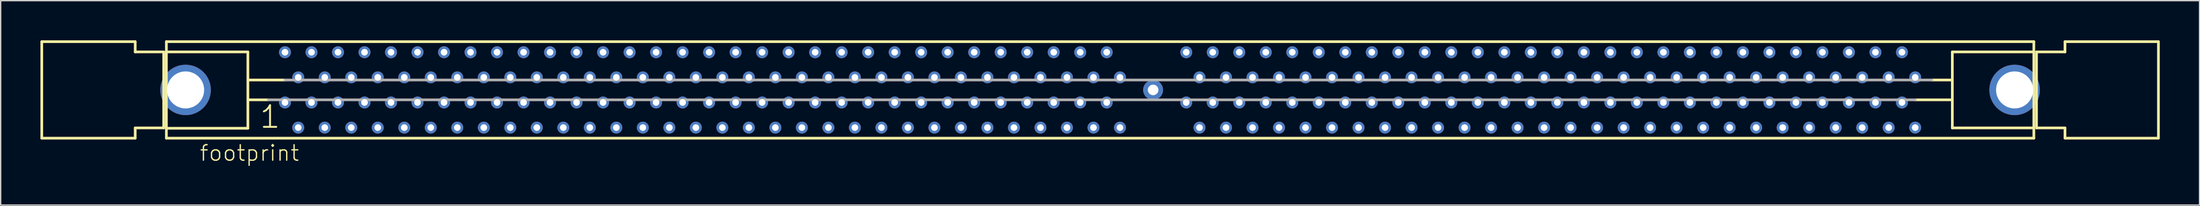
<source format=kicad_pcb>
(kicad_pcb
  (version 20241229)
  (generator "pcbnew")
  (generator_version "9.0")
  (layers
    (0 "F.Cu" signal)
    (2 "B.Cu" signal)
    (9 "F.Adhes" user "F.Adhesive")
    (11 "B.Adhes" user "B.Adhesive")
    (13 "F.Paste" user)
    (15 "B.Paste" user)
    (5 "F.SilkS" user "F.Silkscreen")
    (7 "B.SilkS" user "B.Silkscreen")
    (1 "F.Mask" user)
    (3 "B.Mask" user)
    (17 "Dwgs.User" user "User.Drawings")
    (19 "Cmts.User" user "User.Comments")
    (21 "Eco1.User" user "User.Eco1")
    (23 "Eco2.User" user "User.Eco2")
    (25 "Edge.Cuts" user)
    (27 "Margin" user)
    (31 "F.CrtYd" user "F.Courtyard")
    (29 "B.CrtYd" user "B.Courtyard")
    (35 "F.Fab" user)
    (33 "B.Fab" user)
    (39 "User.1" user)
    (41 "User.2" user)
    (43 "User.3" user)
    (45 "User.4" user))
  (footprint "footprint"
    (layer "F.Cu")
    (at 83.952 3.752)
    (property "Reference" "footprint" (at -72 5.46 0) (layer "F.SilkS") (effects (font (size 1.168 1.168) (thickness 0.102)) (justify left bottom)))
    (fp_line (start -83.85 -3.65) (end -76.8 -3.65) (stroke (width 0.203) (type solid)) (layer "F.SilkS"))
    (fp_line (start -83.85 3.65) (end -83.85 -3.65) (stroke (width 0.203) (type solid)) (layer "F.SilkS"))
    (fp_line (start -76.8 -3.65) (end -76.8 -2.875) (stroke (width 0.203) (type solid)) (layer "F.SilkS"))
    (fp_line (start -76.8 -2.875) (end -74.65 -2.875) (stroke (width 0.203) (type solid)) (layer "F.SilkS"))
    (fp_line (start -76.8 2.875) (end -76.8 3.65) (stroke (width 0.203) (type solid)) (layer "F.SilkS"))
    (fp_line (start -76.8 3.65) (end -83.85 3.65) (stroke (width 0.203) (type solid)) (layer "F.SilkS"))
    (fp_line (start -74.65 -2.875) (end -74.65 2.875) (stroke (width 0.203) (type solid)) (layer "F.SilkS"))
    (fp_line (start -74.65 2.875) (end -76.8 2.875) (stroke (width 0.203) (type solid)) (layer "F.SilkS"))
    (fp_line (start -74.45 -3.65) (end 66.45 -3.65) (stroke (width 0.203) (type solid)) (layer "F.SilkS"))
    (fp_line (start -74.45 3.65) (end -74.45 -3.65) (stroke (width 0.203) (type solid)) (layer "F.SilkS"))
    (fp_line (start -74.325 -2.875) (end -68.3 -2.875) (stroke (width 0.203) (type solid)) (layer "F.SilkS"))
    (fp_line (start -68.3 -2.875) (end -68.3 2.9) (stroke (width 0.203) (type solid)) (layer "F.SilkS"))
    (fp_line (start -68.3 2.9) (end -74.35 2.9) (stroke (width 0.203) (type solid)) (layer "F.SilkS"))
    (fp_line (start -68.25 -0.75) (end -65.5 -0.75) (stroke (width 0.203) (type solid)) (layer "F.SilkS"))
    (fp_line (start -66.75 0.75) (end -68.25 0.75) (stroke (width 0.203) (type solid)) (layer "F.SilkS"))
    (fp_line (start 58.75 -0.75) (end 60.25 -0.75) (stroke (width 0.203) (type solid)) (layer "F.SilkS"))
    (fp_line (start 60.25 0.75) (end 57.5 0.75) (stroke (width 0.203) (type solid)) (layer "F.SilkS"))
    (fp_line (start 60.3 -2.875) (end 60.3 2.875) (stroke (width 0.203) (type solid)) (layer "F.SilkS"))
    (fp_line (start 60.3 2.875) (end 66.35 2.875) (stroke (width 0.203) (type solid)) (layer "F.SilkS"))
    (fp_line (start 66.35 -2.875) (end 60.3 -2.875) (stroke (width 0.203) (type solid)) (layer "F.SilkS"))
    (fp_line (start 66.45 -3.65) (end 66.45 3.65) (stroke (width 0.203) (type solid)) (layer "F.SilkS"))
    (fp_line (start 66.45 3.65) (end -74.45 3.65) (stroke (width 0.203) (type solid)) (layer "F.SilkS"))
    (fp_line (start 66.65 -2.875) (end 68.8 -2.875) (stroke (width 0.203) (type solid)) (layer "F.SilkS"))
    (fp_line (start 66.65 2.875) (end 66.65 -2.875) (stroke (width 0.203) (type solid)) (layer "F.SilkS"))
    (fp_line (start 68.8 -3.65) (end 75.85 -3.65) (stroke (width 0.203) (type solid)) (layer "F.SilkS"))
    (fp_line (start 68.8 -2.875) (end 68.8 -3.65) (stroke (width 0.203) (type solid)) (layer "F.SilkS"))
    (fp_line (start 68.8 2.875) (end 66.65 2.875) (stroke (width 0.203) (type solid)) (layer "F.SilkS"))
    (fp_line (start 68.8 3.65) (end 68.8 2.875) (stroke (width 0.203) (type solid)) (layer "F.SilkS"))
    (fp_line (start 75.85 -3.65) (end 75.85 3.65) (stroke (width 0.203) (type solid)) (layer "F.SilkS"))
    (fp_line (start 75.85 3.65) (end 68.8 3.65) (stroke (width 0.203) (type solid)) (layer "F.SilkS"))
    (fp_line (start -65.5 -0.75) (end 58.75 -0.75) (stroke (width 0.203) (type solid)) (layer "F.Fab"))
    (fp_line (start 57.5 0.75) (end -66.75 0.75) (stroke (width 0.203) (type solid)) (layer "F.Fab"))
    (fp_text user "1" (at -67.5 3 0) (layer "F.SilkS") (effects (font (size 1.636 1.636) (thickness 0.142)) (justify left bottom)))
    (pad "1" thru_hole circle (at -64.5 2.85) (size 0.9 0.9) (drill 0.5) (layers "*.Cu" "*.Mask"))
    (pad "2" thru_hole circle (at -65.5 0.95) (size 0.9 0.9) (drill 0.5) (layers "*.Cu" "*.Mask"))
    (pad "3" thru_hole circle (at -62.5 2.85) (size 0.9 0.9) (drill 0.5) (layers "*.Cu" "*.Mask"))
    (pad "4" thru_hole circle (at -63.5 0.95) (size 0.9 0.9) (drill 0.5) (layers "*.Cu" "*.Mask"))
    (pad "5" thru_hole circle (at -60.5 2.85) (size 0.9 0.9) (drill 0.5) (layers "*.Cu" "*.Mask"))
    (pad "6" thru_hole circle (at -61.5 0.95) (size 0.9 0.9) (drill 0.5) (layers "*.Cu" "*.Mask"))
    (pad "7" thru_hole circle (at -58.5 2.85) (size 0.9 0.9) (drill 0.5) (layers "*.Cu" "*.Mask"))
    (pad "8" thru_hole circle (at -59.5 0.95) (size 0.9 0.9) (drill 0.5) (layers "*.Cu" "*.Mask"))
    (pad "9" thru_hole circle (at -56.5 2.85) (size 0.9 0.9) (drill 0.5) (layers "*.Cu" "*.Mask"))
    (pad "10" thru_hole circle (at -57.5 0.95) (size 0.9 0.9) (drill 0.5) (layers "*.Cu" "*.Mask"))
    (pad "11" thru_hole circle (at -54.5 2.85) (size 0.9 0.9) (drill 0.5) (layers "*.Cu" "*.Mask"))
    (pad "12" thru_hole circle (at -55.5 0.95) (size 0.9 0.9) (drill 0.5) (layers "*.Cu" "*.Mask"))
    (pad "13" thru_hole circle (at -52.5 2.85) (size 0.9 0.9) (drill 0.5) (layers "*.Cu" "*.Mask"))
    (pad "14" thru_hole circle (at -53.5 0.95) (size 0.9 0.9) (drill 0.5) (layers "*.Cu" "*.Mask"))
    (pad "15" thru_hole circle (at -50.5 2.85) (size 0.9 0.9) (drill 0.5) (layers "*.Cu" "*.Mask"))
    (pad "16" thru_hole circle (at -51.5 0.95) (size 0.9 0.9) (drill 0.5) (layers "*.Cu" "*.Mask"))
    (pad "17" thru_hole circle (at -48.5 2.85) (size 0.9 0.9) (drill 0.5) (layers "*.Cu" "*.Mask"))
    (pad "18" thru_hole circle (at -49.5 0.95) (size 0.9 0.9) (drill 0.5) (layers "*.Cu" "*.Mask"))
    (pad "19" thru_hole circle (at -46.5 2.85) (size 0.9 0.9) (drill 0.5) (layers "*.Cu" "*.Mask"))
    (pad "20" thru_hole circle (at -47.5 0.95) (size 0.9 0.9) (drill 0.5) (layers "*.Cu" "*.Mask"))
    (pad "21" thru_hole circle (at -44.5 2.85) (size 0.9 0.9) (drill 0.5) (layers "*.Cu" "*.Mask"))
    (pad "22" thru_hole circle (at -45.5 0.95) (size 0.9 0.9) (drill 0.5) (layers "*.Cu" "*.Mask"))
    (pad "23" thru_hole circle (at -42.5 2.85) (size 0.9 0.9) (drill 0.5) (layers "*.Cu" "*.Mask"))
    (pad "24" thru_hole circle (at -43.5 0.95) (size 0.9 0.9) (drill 0.5) (layers "*.Cu" "*.Mask"))
    (pad "25" thru_hole circle (at -40.5 2.85) (size 0.9 0.9) (drill 0.5) (layers "*.Cu" "*.Mask"))
    (pad "26" thru_hole circle (at -41.5 0.95) (size 0.9 0.9) (drill 0.5) (layers "*.Cu" "*.Mask"))
    (pad "27" thru_hole circle (at -38.5 2.85) (size 0.9 0.9) (drill 0.5) (layers "*.Cu" "*.Mask"))
    (pad "28" thru_hole circle (at -39.5 0.95) (size 0.9 0.9) (drill 0.5) (layers "*.Cu" "*.Mask"))
    (pad "29" thru_hole circle (at -36.5 2.85) (size 0.9 0.9) (drill 0.5) (layers "*.Cu" "*.Mask"))
    (pad "30" thru_hole circle (at -37.5 0.95) (size 0.9 0.9) (drill 0.5) (layers "*.Cu" "*.Mask"))
    (pad "31" thru_hole circle (at -34.5 2.85) (size 0.9 0.9) (drill 0.5) (layers "*.Cu" "*.Mask"))
    (pad "32" thru_hole circle (at -35.5 0.95) (size 0.9 0.9) (drill 0.5) (layers "*.Cu" "*.Mask"))
    (pad "33" thru_hole circle (at -32.5 2.85) (size 0.9 0.9) (drill 0.5) (layers "*.Cu" "*.Mask"))
    (pad "34" thru_hole circle (at -33.5 0.95) (size 0.9 0.9) (drill 0.5) (layers "*.Cu" "*.Mask"))
    (pad "35" thru_hole circle (at -30.5 2.85) (size 0.9 0.9) (drill 0.5) (layers "*.Cu" "*.Mask"))
    (pad "36" thru_hole circle (at -31.5 0.95) (size 0.9 0.9) (drill 0.5) (layers "*.Cu" "*.Mask"))
    (pad "37" thru_hole circle (at -28.5 2.85) (size 0.9 0.9) (drill 0.5) (layers "*.Cu" "*.Mask"))
    (pad "38" thru_hole circle (at -29.5 0.95) (size 0.9 0.9) (drill 0.5) (layers "*.Cu" "*.Mask"))
    (pad "39" thru_hole circle (at -26.5 2.85) (size 0.9 0.9) (drill 0.5) (layers "*.Cu" "*.Mask"))
    (pad "40" thru_hole circle (at -27.5 0.95) (size 0.9 0.9) (drill 0.5) (layers "*.Cu" "*.Mask"))
    (pad "41" thru_hole circle (at -24.5 2.85) (size 0.9 0.9) (drill 0.5) (layers "*.Cu" "*.Mask"))
    (pad "42" thru_hole circle (at -25.5 0.95) (size 0.9 0.9) (drill 0.5) (layers "*.Cu" "*.Mask"))
    (pad "43" thru_hole circle (at -22.5 2.85) (size 0.9 0.9) (drill 0.5) (layers "*.Cu" "*.Mask"))
    (pad "44" thru_hole circle (at -23.5 0.95) (size 0.9 0.9) (drill 0.5) (layers "*.Cu" "*.Mask"))
    (pad "45" thru_hole circle (at -20.5 2.85) (size 0.9 0.9) (drill 0.5) (layers "*.Cu" "*.Mask"))
    (pad "46" thru_hole circle (at -21.5 0.95) (size 0.9 0.9) (drill 0.5) (layers "*.Cu" "*.Mask"))
    (pad "47" thru_hole circle (at -18.5 2.85) (size 0.9 0.9) (drill 0.5) (layers "*.Cu" "*.Mask"))
    (pad "48" thru_hole circle (at -19.5 0.95) (size 0.9 0.9) (drill 0.5) (layers "*.Cu" "*.Mask"))
    (pad "49" thru_hole circle (at -16.5 2.85) (size 0.9 0.9) (drill 0.5) (layers "*.Cu" "*.Mask"))
    (pad "50" thru_hole circle (at -17.5 0.95) (size 0.9 0.9) (drill 0.5) (layers "*.Cu" "*.Mask"))
    (pad "51" thru_hole circle (at -14.5 2.85) (size 0.9 0.9) (drill 0.5) (layers "*.Cu" "*.Mask"))
    (pad "52" thru_hole circle (at -15.5 0.95) (size 0.9 0.9) (drill 0.5) (layers "*.Cu" "*.Mask"))
    (pad "53" thru_hole circle (at -12.5 2.85) (size 0.9 0.9) (drill 0.5) (layers "*.Cu" "*.Mask"))
    (pad "54" thru_hole circle (at -13.5 0.95) (size 0.9 0.9) (drill 0.5) (layers "*.Cu" "*.Mask"))
    (pad "55" thru_hole circle (at -10.5 2.85) (size 0.9 0.9) (drill 0.5) (layers "*.Cu" "*.Mask"))
    (pad "56" thru_hole circle (at -11.5 0.95) (size 0.9 0.9) (drill 0.5) (layers "*.Cu" "*.Mask"))
    (pad "57" thru_hole circle (at -8.5 2.85) (size 0.9 0.9) (drill 0.5) (layers "*.Cu" "*.Mask"))
    (pad "58" thru_hole circle (at -9.5 0.95) (size 0.9 0.9) (drill 0.5) (layers "*.Cu" "*.Mask"))
    (pad "59" thru_hole circle (at -6.5 2.85) (size 0.9 0.9) (drill 0.5) (layers "*.Cu" "*.Mask"))
    (pad "60" thru_hole circle (at -7.5 0.95) (size 0.9 0.9) (drill 0.5) (layers "*.Cu" "*.Mask"))
    (pad "61" thru_hole circle (at -4.5 2.85) (size 0.9 0.9) (drill 0.5) (layers "*.Cu" "*.Mask"))
    (pad "62" thru_hole circle (at -5.5 0.95) (size 0.9 0.9) (drill 0.5) (layers "*.Cu" "*.Mask"))
    (pad "63" thru_hole circle (at -2.5 2.85) (size 0.9 0.9) (drill 0.5) (layers "*.Cu" "*.Mask"))
    (pad "64" thru_hole circle (at -3.5 0.95) (size 0.9 0.9) (drill 0.5) (layers "*.Cu" "*.Mask"))
    (pad "65" thru_hole circle (at 3.5 2.85) (size 0.9 0.9) (drill 0.5) (layers "*.Cu" "*.Mask"))
    (pad "66" thru_hole circle (at 2.5 0.95) (size 0.9 0.9) (drill 0.5) (layers "*.Cu" "*.Mask"))
    (pad "67" thru_hole circle (at 5.5 2.85) (size 0.9 0.9) (drill 0.5) (layers "*.Cu" "*.Mask"))
    (pad "68" thru_hole circle (at 4.5 0.95) (size 0.9 0.9) (drill 0.5) (layers "*.Cu" "*.Mask"))
    (pad "69" thru_hole circle (at 7.5 2.85) (size 0.9 0.9) (drill 0.5) (layers "*.Cu" "*.Mask"))
    (pad "70" thru_hole circle (at 6.5 0.95) (size 0.9 0.9) (drill 0.5) (layers "*.Cu" "*.Mask"))
    (pad "71" thru_hole circle (at 9.5 2.85) (size 0.9 0.9) (drill 0.5) (layers "*.Cu" "*.Mask"))
    (pad "72" thru_hole circle (at 8.5 0.95) (size 0.9 0.9) (drill 0.5) (layers "*.Cu" "*.Mask"))
    (pad "73" thru_hole circle (at 11.5 2.85) (size 0.9 0.9) (drill 0.5) (layers "*.Cu" "*.Mask"))
    (pad "74" thru_hole circle (at 10.5 0.95) (size 0.9 0.9) (drill 0.5) (layers "*.Cu" "*.Mask"))
    (pad "75" thru_hole circle (at 13.5 2.85) (size 0.9 0.9) (drill 0.5) (layers "*.Cu" "*.Mask"))
    (pad "76" thru_hole circle (at 12.5 0.95) (size 0.9 0.9) (drill 0.5) (layers "*.Cu" "*.Mask"))
    (pad "77" thru_hole circle (at 15.5 2.85) (size 0.9 0.9) (drill 0.5) (layers "*.Cu" "*.Mask"))
    (pad "78" thru_hole circle (at 14.5 0.95) (size 0.9 0.9) (drill 0.5) (layers "*.Cu" "*.Mask"))
    (pad "79" thru_hole circle (at 17.5 2.85) (size 0.9 0.9) (drill 0.5) (layers "*.Cu" "*.Mask"))
    (pad "80" thru_hole circle (at 16.5 0.95) (size 0.9 0.9) (drill 0.5) (layers "*.Cu" "*.Mask"))
    (pad "81" thru_hole circle (at 19.5 2.85) (size 0.9 0.9) (drill 0.5) (layers "*.Cu" "*.Mask"))
    (pad "82" thru_hole circle (at 18.5 0.95) (size 0.9 0.9) (drill 0.5) (layers "*.Cu" "*.Mask"))
    (pad "83" thru_hole circle (at 21.5 2.85) (size 0.9 0.9) (drill 0.5) (layers "*.Cu" "*.Mask"))
    (pad "84" thru_hole circle (at 20.5 0.95) (size 0.9 0.9) (drill 0.5) (layers "*.Cu" "*.Mask"))
    (pad "85" thru_hole circle (at 23.5 2.85) (size 0.9 0.9) (drill 0.5) (layers "*.Cu" "*.Mask"))
    (pad "86" thru_hole circle (at 22.5 0.95) (size 0.9 0.9) (drill 0.5) (layers "*.Cu" "*.Mask"))
    (pad "87" thru_hole circle (at 25.5 2.85) (size 0.9 0.9) (drill 0.5) (layers "*.Cu" "*.Mask"))
    (pad "88" thru_hole circle (at 24.5 0.95) (size 0.9 0.9) (drill 0.5) (layers "*.Cu" "*.Mask"))
    (pad "89" thru_hole circle (at 27.5 2.85) (size 0.9 0.9) (drill 0.5) (layers "*.Cu" "*.Mask"))
    (pad "90" thru_hole circle (at 26.5 0.95) (size 0.9 0.9) (drill 0.5) (layers "*.Cu" "*.Mask"))
    (pad "91" thru_hole circle (at 29.5 2.85) (size 0.9 0.9) (drill 0.5) (layers "*.Cu" "*.Mask"))
    (pad "92" thru_hole circle (at 28.5 0.95) (size 0.9 0.9) (drill 0.5) (layers "*.Cu" "*.Mask"))
    (pad "93" thru_hole circle (at 31.5 2.85) (size 0.9 0.9) (drill 0.5) (layers "*.Cu" "*.Mask"))
    (pad "94" thru_hole circle (at 30.5 0.95) (size 0.9 0.9) (drill 0.5) (layers "*.Cu" "*.Mask"))
    (pad "95" thru_hole circle (at 33.5 2.85) (size 0.9 0.9) (drill 0.5) (layers "*.Cu" "*.Mask"))
    (pad "96" thru_hole circle (at 32.5 0.95) (size 0.9 0.9) (drill 0.5) (layers "*.Cu" "*.Mask"))
    (pad "97" thru_hole circle (at 35.5 2.85) (size 0.9 0.9) (drill 0.5) (layers "*.Cu" "*.Mask"))
    (pad "98" thru_hole circle (at 34.5 0.95) (size 0.9 0.9) (drill 0.5) (layers "*.Cu" "*.Mask"))
    (pad "99" thru_hole circle (at 37.5 2.85) (size 0.9 0.9) (drill 0.5) (layers "*.Cu" "*.Mask"))
    (pad "100" thru_hole circle (at 36.5 0.95) (size 0.9 0.9) (drill 0.5) (layers "*.Cu" "*.Mask"))
    (pad "101" thru_hole circle (at 39.5 2.85) (size 0.9 0.9) (drill 0.5) (layers "*.Cu" "*.Mask"))
    (pad "102" thru_hole circle (at 38.5 0.95) (size 0.9 0.9) (drill 0.5) (layers "*.Cu" "*.Mask"))
    (pad "103" thru_hole circle (at 41.5 2.85) (size 0.9 0.9) (drill 0.5) (layers "*.Cu" "*.Mask"))
    (pad "104" thru_hole circle (at 40.5 0.95) (size 0.9 0.9) (drill 0.5) (layers "*.Cu" "*.Mask"))
    (pad "105" thru_hole circle (at 43.5 2.85) (size 0.9 0.9) (drill 0.5) (layers "*.Cu" "*.Mask"))
    (pad "106" thru_hole circle (at 42.5 0.95) (size 0.9 0.9) (drill 0.5) (layers "*.Cu" "*.Mask"))
    (pad "107" thru_hole circle (at 45.5 2.85) (size 0.9 0.9) (drill 0.5) (layers "*.Cu" "*.Mask"))
    (pad "108" thru_hole circle (at 44.5 0.95) (size 0.9 0.9) (drill 0.5) (layers "*.Cu" "*.Mask"))
    (pad "109" thru_hole circle (at 47.5 2.85) (size 0.9 0.9) (drill 0.5) (layers "*.Cu" "*.Mask"))
    (pad "110" thru_hole circle (at 46.5 0.95) (size 0.9 0.9) (drill 0.5) (layers "*.Cu" "*.Mask"))
    (pad "111" thru_hole circle (at 49.5 2.85) (size 0.9 0.9) (drill 0.5) (layers "*.Cu" "*.Mask"))
    (pad "112" thru_hole circle (at 48.5 0.95) (size 0.9 0.9) (drill 0.5) (layers "*.Cu" "*.Mask"))
    (pad "113" thru_hole circle (at 51.5 2.85) (size 0.9 0.9) (drill 0.5) (layers "*.Cu" "*.Mask"))
    (pad "114" thru_hole circle (at 50.5 0.95) (size 0.9 0.9) (drill 0.5) (layers "*.Cu" "*.Mask"))
    (pad "115" thru_hole circle (at 53.5 2.85) (size 0.9 0.9) (drill 0.5) (layers "*.Cu" "*.Mask"))
    (pad "116" thru_hole circle (at 52.5 0.95) (size 0.9 0.9) (drill 0.5) (layers "*.Cu" "*.Mask"))
    (pad "117" thru_hole circle (at 55.5 2.85) (size 0.9 0.9) (drill 0.5) (layers "*.Cu" "*.Mask"))
    (pad "118" thru_hole circle (at 54.5 0.95) (size 0.9 0.9) (drill 0.5) (layers "*.Cu" "*.Mask"))
    (pad "119" thru_hole circle (at 57.5 2.85) (size 0.9 0.9) (drill 0.5) (layers "*.Cu" "*.Mask"))
    (pad "120" thru_hole circle (at 56.5 0.95) (size 0.9 0.9) (drill 0.5) (layers "*.Cu" "*.Mask"))
    (pad "121" thru_hole circle (at -64.5 -0.95) (size 0.9 0.9) (drill 0.5) (layers "*.Cu" "*.Mask"))
    (pad "122" thru_hole circle (at -65.5 -2.85) (size 0.9 0.9) (drill 0.5) (layers "*.Cu" "*.Mask"))
    (pad "123" thru_hole circle (at -62.5 -0.95) (size 0.9 0.9) (drill 0.5) (layers "*.Cu" "*.Mask"))
    (pad "124" thru_hole circle (at -63.5 -2.85) (size 0.9 0.9) (drill 0.5) (layers "*.Cu" "*.Mask"))
    (pad "125" thru_hole circle (at -60.5 -0.95) (size 0.9 0.9) (drill 0.5) (layers "*.Cu" "*.Mask"))
    (pad "126" thru_hole circle (at -61.5 -2.85) (size 0.9 0.9) (drill 0.5) (layers "*.Cu" "*.Mask"))
    (pad "127" thru_hole circle (at -58.5 -0.95) (size 0.9 0.9) (drill 0.5) (layers "*.Cu" "*.Mask"))
    (pad "128" thru_hole circle (at -59.5 -2.85) (size 0.9 0.9) (drill 0.5) (layers "*.Cu" "*.Mask"))
    (pad "129" thru_hole circle (at -56.5 -0.95) (size 0.9 0.9) (drill 0.5) (layers "*.Cu" "*.Mask"))
    (pad "130" thru_hole circle (at -57.5 -2.85) (size 0.9 0.9) (drill 0.5) (layers "*.Cu" "*.Mask"))
    (pad "131" thru_hole circle (at -54.5 -0.95) (size 0.9 0.9) (drill 0.5) (layers "*.Cu" "*.Mask"))
    (pad "132" thru_hole circle (at -55.5 -2.85) (size 0.9 0.9) (drill 0.5) (layers "*.Cu" "*.Mask"))
    (pad "133" thru_hole circle (at -52.5 -0.95) (size 0.9 0.9) (drill 0.5) (layers "*.Cu" "*.Mask"))
    (pad "134" thru_hole circle (at -53.5 -2.85) (size 0.9 0.9) (drill 0.5) (layers "*.Cu" "*.Mask"))
    (pad "135" thru_hole circle (at -50.5 -0.95) (size 0.9 0.9) (drill 0.5) (layers "*.Cu" "*.Mask"))
    (pad "136" thru_hole circle (at -51.5 -2.85) (size 0.9 0.9) (drill 0.5) (layers "*.Cu" "*.Mask"))
    (pad "137" thru_hole circle (at -48.5 -0.95) (size 0.9 0.9) (drill 0.5) (layers "*.Cu" "*.Mask"))
    (pad "138" thru_hole circle (at -49.5 -2.85) (size 0.9 0.9) (drill 0.5) (layers "*.Cu" "*.Mask"))
    (pad "139" thru_hole circle (at -46.5 -0.95) (size 0.9 0.9) (drill 0.5) (layers "*.Cu" "*.Mask"))
    (pad "140" thru_hole circle (at -47.5 -2.85) (size 0.9 0.9) (drill 0.5) (layers "*.Cu" "*.Mask"))
    (pad "141" thru_hole circle (at -44.5 -0.95) (size 0.9 0.9) (drill 0.5) (layers "*.Cu" "*.Mask"))
    (pad "142" thru_hole circle (at -45.5 -2.85) (size 0.9 0.9) (drill 0.5) (layers "*.Cu" "*.Mask"))
    (pad "143" thru_hole circle (at -42.5 -0.95) (size 0.9 0.9) (drill 0.5) (layers "*.Cu" "*.Mask"))
    (pad "144" thru_hole circle (at -43.5 -2.85) (size 0.9 0.9) (drill 0.5) (layers "*.Cu" "*.Mask"))
    (pad "145" thru_hole circle (at -40.5 -0.95) (size 0.9 0.9) (drill 0.5) (layers "*.Cu" "*.Mask"))
    (pad "146" thru_hole circle (at -41.5 -2.85) (size 0.9 0.9) (drill 0.5) (layers "*.Cu" "*.Mask"))
    (pad "147" thru_hole circle (at -38.5 -0.95) (size 0.9 0.9) (drill 0.5) (layers "*.Cu" "*.Mask"))
    (pad "148" thru_hole circle (at -39.5 -2.85) (size 0.9 0.9) (drill 0.5) (layers "*.Cu" "*.Mask"))
    (pad "149" thru_hole circle (at -36.5 -0.95) (size 0.9 0.9) (drill 0.5) (layers "*.Cu" "*.Mask"))
    (pad "150" thru_hole circle (at -37.5 -2.85) (size 0.9 0.9) (drill 0.5) (layers "*.Cu" "*.Mask"))
    (pad "151" thru_hole circle (at -34.5 -0.95) (size 0.9 0.9) (drill 0.5) (layers "*.Cu" "*.Mask"))
    (pad "152" thru_hole circle (at -35.5 -2.85) (size 0.9 0.9) (drill 0.5) (layers "*.Cu" "*.Mask"))
    (pad "153" thru_hole circle (at -32.5 -0.95) (size 0.9 0.9) (drill 0.5) (layers "*.Cu" "*.Mask"))
    (pad "154" thru_hole circle (at -33.5 -2.85) (size 0.9 0.9) (drill 0.5) (layers "*.Cu" "*.Mask"))
    (pad "155" thru_hole circle (at -30.5 -0.95) (size 0.9 0.9) (drill 0.5) (layers "*.Cu" "*.Mask"))
    (pad "156" thru_hole circle (at -31.5 -2.85) (size 0.9 0.9) (drill 0.5) (layers "*.Cu" "*.Mask"))
    (pad "157" thru_hole circle (at -28.5 -0.95) (size 0.9 0.9) (drill 0.5) (layers "*.Cu" "*.Mask"))
    (pad "158" thru_hole circle (at -29.5 -2.85) (size 0.9 0.9) (drill 0.5) (layers "*.Cu" "*.Mask"))
    (pad "159" thru_hole circle (at -26.5 -0.95) (size 0.9 0.9) (drill 0.5) (layers "*.Cu" "*.Mask"))
    (pad "160" thru_hole circle (at -27.5 -2.85) (size 0.9 0.9) (drill 0.5) (layers "*.Cu" "*.Mask"))
    (pad "161" thru_hole circle (at -24.5 -0.95) (size 0.9 0.9) (drill 0.5) (layers "*.Cu" "*.Mask"))
    (pad "162" thru_hole circle (at -25.5 -2.85) (size 0.9 0.9) (drill 0.5) (layers "*.Cu" "*.Mask"))
    (pad "163" thru_hole circle (at -22.5 -0.95) (size 0.9 0.9) (drill 0.5) (layers "*.Cu" "*.Mask"))
    (pad "164" thru_hole circle (at -23.5 -2.85) (size 0.9 0.9) (drill 0.5) (layers "*.Cu" "*.Mask"))
    (pad "165" thru_hole circle (at -20.5 -0.95) (size 0.9 0.9) (drill 0.5) (layers "*.Cu" "*.Mask"))
    (pad "166" thru_hole circle (at -21.5 -2.85) (size 0.9 0.9) (drill 0.5) (layers "*.Cu" "*.Mask"))
    (pad "167" thru_hole circle (at -18.5 -0.95) (size 0.9 0.9) (drill 0.5) (layers "*.Cu" "*.Mask"))
    (pad "168" thru_hole circle (at -19.5 -2.85) (size 0.9 0.9) (drill 0.5) (layers "*.Cu" "*.Mask"))
    (pad "169" thru_hole circle (at -16.5 -0.95) (size 0.9 0.9) (drill 0.5) (layers "*.Cu" "*.Mask"))
    (pad "170" thru_hole circle (at -17.5 -2.85) (size 0.9 0.9) (drill 0.5) (layers "*.Cu" "*.Mask"))
    (pad "171" thru_hole circle (at -14.5 -0.95) (size 0.9 0.9) (drill 0.5) (layers "*.Cu" "*.Mask"))
    (pad "172" thru_hole circle (at -15.5 -2.85) (size 0.9 0.9) (drill 0.5) (layers "*.Cu" "*.Mask"))
    (pad "173" thru_hole circle (at -12.5 -0.95) (size 0.9 0.9) (drill 0.5) (layers "*.Cu" "*.Mask"))
    (pad "174" thru_hole circle (at -13.5 -2.85) (size 0.9 0.9) (drill 0.5) (layers "*.Cu" "*.Mask"))
    (pad "175" thru_hole circle (at -10.5 -0.95) (size 0.9 0.9) (drill 0.5) (layers "*.Cu" "*.Mask"))
    (pad "176" thru_hole circle (at -11.5 -2.85) (size 0.9 0.9) (drill 0.5) (layers "*.Cu" "*.Mask"))
    (pad "177" thru_hole circle (at -8.5 -0.95) (size 0.9 0.9) (drill 0.5) (layers "*.Cu" "*.Mask"))
    (pad "178" thru_hole circle (at -9.5 -2.85) (size 0.9 0.9) (drill 0.5) (layers "*.Cu" "*.Mask"))
    (pad "179" thru_hole circle (at -6.5 -0.95) (size 0.9 0.9) (drill 0.5) (layers "*.Cu" "*.Mask"))
    (pad "180" thru_hole circle (at -7.5 -2.85) (size 0.9 0.9) (drill 0.5) (layers "*.Cu" "*.Mask"))
    (pad "181" thru_hole circle (at -4.5 -0.95) (size 0.9 0.9) (drill 0.5) (layers "*.Cu" "*.Mask"))
    (pad "182" thru_hole circle (at -5.5 -2.85) (size 0.9 0.9) (drill 0.5) (layers "*.Cu" "*.Mask"))
    (pad "183" thru_hole circle (at -2.5 -0.95) (size 0.9 0.9) (drill 0.5) (layers "*.Cu" "*.Mask"))
    (pad "184" thru_hole circle (at -3.5 -2.85) (size 0.9 0.9) (drill 0.5) (layers "*.Cu" "*.Mask"))
    (pad "185" thru_hole circle (at 3.5 -0.95) (size 0.9 0.9) (drill 0.5) (layers "*.Cu" "*.Mask"))
    (pad "186" thru_hole circle (at 2.5 -2.85) (size 0.9 0.9) (drill 0.5) (layers "*.Cu" "*.Mask"))
    (pad "187" thru_hole circle (at 5.5 -0.95) (size 0.9 0.9) (drill 0.5) (layers "*.Cu" "*.Mask"))
    (pad "188" thru_hole circle (at 4.5 -2.85) (size 0.9 0.9) (drill 0.5) (layers "*.Cu" "*.Mask"))
    (pad "189" thru_hole circle (at 7.5 -0.95) (size 0.9 0.9) (drill 0.5) (layers "*.Cu" "*.Mask"))
    (pad "190" thru_hole circle (at 6.5 -2.85) (size 0.9 0.9) (drill 0.5) (layers "*.Cu" "*.Mask"))
    (pad "191" thru_hole circle (at 9.5 -0.95) (size 0.9 0.9) (drill 0.5) (layers "*.Cu" "*.Mask"))
    (pad "192" thru_hole circle (at 8.5 -2.85) (size 0.9 0.9) (drill 0.5) (layers "*.Cu" "*.Mask"))
    (pad "193" thru_hole circle (at 11.5 -0.95) (size 0.9 0.9) (drill 0.5) (layers "*.Cu" "*.Mask"))
    (pad "194" thru_hole circle (at 10.5 -2.85) (size 0.9 0.9) (drill 0.5) (layers "*.Cu" "*.Mask"))
    (pad "195" thru_hole circle (at 13.5 -0.95) (size 0.9 0.9) (drill 0.5) (layers "*.Cu" "*.Mask"))
    (pad "196" thru_hole circle (at 12.5 -2.85) (size 0.9 0.9) (drill 0.5) (layers "*.Cu" "*.Mask"))
    (pad "197" thru_hole circle (at 15.5 -0.95) (size 0.9 0.9) (drill 0.5) (layers "*.Cu" "*.Mask"))
    (pad "198" thru_hole circle (at 14.5 -2.85) (size 0.9 0.9) (drill 0.5) (layers "*.Cu" "*.Mask"))
    (pad "199" thru_hole circle (at 17.5 -0.95) (size 0.9 0.9) (drill 0.5) (layers "*.Cu" "*.Mask"))
    (pad "200" thru_hole circle (at 16.5 -2.85) (size 0.9 0.9) (drill 0.5) (layers "*.Cu" "*.Mask"))
    (pad "201" thru_hole circle (at 19.5 -0.95) (size 0.9 0.9) (drill 0.5) (layers "*.Cu" "*.Mask"))
    (pad "202" thru_hole circle (at 18.5 -2.85) (size 0.9 0.9) (drill 0.5) (layers "*.Cu" "*.Mask"))
    (pad "203" thru_hole circle (at 21.5 -0.95) (size 0.9 0.9) (drill 0.5) (layers "*.Cu" "*.Mask"))
    (pad "204" thru_hole circle (at 20.5 -2.85) (size 0.9 0.9) (drill 0.5) (layers "*.Cu" "*.Mask"))
    (pad "205" thru_hole circle (at 23.5 -0.95) (size 0.9 0.9) (drill 0.5) (layers "*.Cu" "*.Mask"))
    (pad "206" thru_hole circle (at 22.5 -2.85) (size 0.9 0.9) (drill 0.5) (layers "*.Cu" "*.Mask"))
    (pad "207" thru_hole circle (at 25.5 -0.95) (size 0.9 0.9) (drill 0.5) (layers "*.Cu" "*.Mask"))
    (pad "208" thru_hole circle (at 24.5 -2.85) (size 0.9 0.9) (drill 0.5) (layers "*.Cu" "*.Mask"))
    (pad "209" thru_hole circle (at 27.5 -0.95) (size 0.9 0.9) (drill 0.5) (layers "*.Cu" "*.Mask"))
    (pad "210" thru_hole circle (at 26.5 -2.85) (size 0.9 0.9) (drill 0.5) (layers "*.Cu" "*.Mask"))
    (pad "211" thru_hole circle (at 29.5 -0.95) (size 0.9 0.9) (drill 0.5) (layers "*.Cu" "*.Mask"))
    (pad "212" thru_hole circle (at 28.5 -2.85) (size 0.9 0.9) (drill 0.5) (layers "*.Cu" "*.Mask"))
    (pad "213" thru_hole circle (at 31.5 -0.95) (size 0.9 0.9) (drill 0.5) (layers "*.Cu" "*.Mask"))
    (pad "214" thru_hole circle (at 30.5 -2.85) (size 0.9 0.9) (drill 0.5) (layers "*.Cu" "*.Mask"))
    (pad "215" thru_hole circle (at 33.5 -0.95) (size 0.9 0.9) (drill 0.5) (layers "*.Cu" "*.Mask"))
    (pad "216" thru_hole circle (at 32.5 -2.85) (size 0.9 0.9) (drill 0.5) (layers "*.Cu" "*.Mask"))
    (pad "217" thru_hole circle (at 35.5 -0.95) (size 0.9 0.9) (drill 0.5) (layers "*.Cu" "*.Mask"))
    (pad "218" thru_hole circle (at 34.5 -2.85) (size 0.9 0.9) (drill 0.5) (layers "*.Cu" "*.Mask"))
    (pad "219" thru_hole circle (at 37.5 -0.95) (size 0.9 0.9) (drill 0.5) (layers "*.Cu" "*.Mask"))
    (pad "220" thru_hole circle (at 36.5 -2.85) (size 0.9 0.9) (drill 0.5) (layers "*.Cu" "*.Mask"))
    (pad "221" thru_hole circle (at 39.5 -0.95) (size 0.9 0.9) (drill 0.5) (layers "*.Cu" "*.Mask"))
    (pad "222" thru_hole circle (at 38.5 -2.85) (size 0.9 0.9) (drill 0.5) (layers "*.Cu" "*.Mask"))
    (pad "223" thru_hole circle (at 41.5 -0.95) (size 0.9 0.9) (drill 0.5) (layers "*.Cu" "*.Mask"))
    (pad "224" thru_hole circle (at 40.5 -2.85) (size 0.9 0.9) (drill 0.5) (layers "*.Cu" "*.Mask"))
    (pad "225" thru_hole circle (at 43.5 -0.95) (size 0.9 0.9) (drill 0.5) (layers "*.Cu" "*.Mask"))
    (pad "226" thru_hole circle (at 42.5 -2.85) (size 0.9 0.9) (drill 0.5) (layers "*.Cu" "*.Mask"))
    (pad "227" thru_hole circle (at 45.5 -0.95) (size 0.9 0.9) (drill 0.5) (layers "*.Cu" "*.Mask"))
    (pad "228" thru_hole circle (at 44.5 -2.85) (size 0.9 0.9) (drill 0.5) (layers "*.Cu" "*.Mask"))
    (pad "229" thru_hole circle (at 47.5 -0.95) (size 0.9 0.9) (drill 0.5) (layers "*.Cu" "*.Mask"))
    (pad "230" thru_hole circle (at 46.5 -2.85) (size 0.9 0.9) (drill 0.5) (layers "*.Cu" "*.Mask"))
    (pad "231" thru_hole circle (at 49.5 -0.95) (size 0.9 0.9) (drill 0.5) (layers "*.Cu" "*.Mask"))
    (pad "232" thru_hole circle (at 48.5 -2.85) (size 0.9 0.9) (drill 0.5) (layers "*.Cu" "*.Mask"))
    (pad "233" thru_hole circle (at 51.5 -0.95) (size 0.9 0.9) (drill 0.5) (layers "*.Cu" "*.Mask"))
    (pad "234" thru_hole circle (at 50.5 -2.85) (size 0.9 0.9) (drill 0.5) (layers "*.Cu" "*.Mask"))
    (pad "235" thru_hole circle (at 53.5 -0.95) (size 0.9 0.9) (drill 0.5) (layers "*.Cu" "*.Mask"))
    (pad "236" thru_hole circle (at 52.5 -2.85) (size 0.9 0.9) (drill 0.5) (layers "*.Cu" "*.Mask"))
    (pad "237" thru_hole circle (at 55.5 -0.95) (size 0.9 0.9) (drill 0.5) (layers "*.Cu" "*.Mask"))
    (pad "238" thru_hole circle (at 54.5 -2.85) (size 0.9 0.9) (drill 0.5) (layers "*.Cu" "*.Mask"))
    (pad "239" thru_hole circle (at 57.5 -0.95) (size 0.9 0.9) (drill 0.5) (layers "*.Cu" "*.Mask"))
    (pad "240" thru_hole circle (at 56.5 -2.85) (size 0.9 0.9) (drill 0.5) (layers "*.Cu" "*.Mask"))
    (pad "M1" thru_hole circle (at -73 0) (size 3.81 3.81) (drill 2.8) (layers "*.Cu" "*.Mask"))
    (pad "M2" thru_hole circle (at 0 0) (size 1.5 1.5) (drill 0.8) (layers "*.Cu" "*.Mask"))
    (pad "M3" thru_hole circle (at 65 0) (size 3.81 3.81) (drill 2.8) (layers "*.Cu" "*.Mask")))
  (gr_rect
    (start -3 -3)
    (end 162.903 12.462)
    (stroke (width 0.1) (type default))
    (fill no)
    (layer "Edge.Cuts")))
</source>
